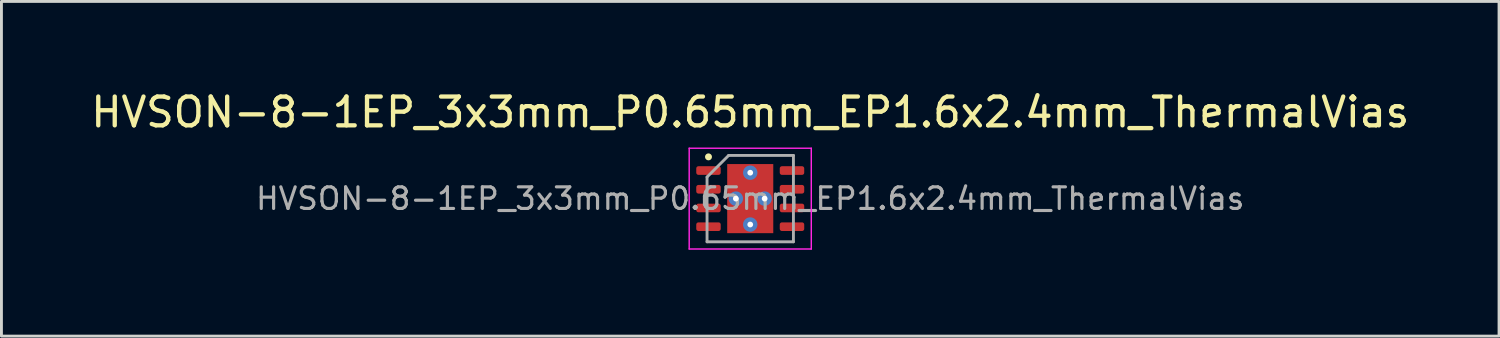
<source format=kicad_pcb>
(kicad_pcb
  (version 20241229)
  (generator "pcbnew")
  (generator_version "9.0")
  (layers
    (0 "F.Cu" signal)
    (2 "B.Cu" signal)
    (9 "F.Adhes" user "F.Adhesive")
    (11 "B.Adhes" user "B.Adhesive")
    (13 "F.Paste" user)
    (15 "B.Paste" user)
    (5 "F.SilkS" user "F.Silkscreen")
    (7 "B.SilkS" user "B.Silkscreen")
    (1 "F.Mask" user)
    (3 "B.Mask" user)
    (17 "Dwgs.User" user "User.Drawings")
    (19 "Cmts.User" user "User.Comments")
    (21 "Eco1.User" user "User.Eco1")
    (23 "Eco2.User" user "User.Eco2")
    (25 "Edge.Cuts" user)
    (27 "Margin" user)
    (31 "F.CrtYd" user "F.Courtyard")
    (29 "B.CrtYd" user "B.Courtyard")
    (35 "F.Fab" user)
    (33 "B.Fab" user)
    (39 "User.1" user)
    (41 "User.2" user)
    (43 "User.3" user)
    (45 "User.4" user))
  (footprint "HVSON-8-1EP_3x3mm_P0.65mm_EP1.6x2.4mm_ThermalVias"
    (layer "F.Cu")
    (at 23.006 3.848)
    (property "Reference" "HVSON-8-1EP_3x3mm_P0.65mm_EP1.6x2.4mm_ThermalVias" (at 0 -3 0) (unlocked yes) (layer "F.SilkS") (effects (font (size 1 1) (thickness 0.15))))
    (attr smd)
    (fp_circle (center -1.45 -1.45) (end -1.379 -1.45) (stroke (width 0.1) (type solid)) (fill yes) (layer "F.SilkS"))
    (fp_line (start -2.12 -1.75) (end -2.12 1.75) (stroke (width 0.05) (type solid)) (layer "F.CrtYd"))
    (fp_line (start -2.12 1.75) (end 2.12 1.75) (stroke (width 0.05) (type solid)) (layer "F.CrtYd"))
    (fp_line (start 2.12 -1.75) (end -2.12 -1.75) (stroke (width 0.05) (type solid)) (layer "F.CrtYd"))
    (fp_line (start 2.12 1.75) (end 2.12 -1.75) (stroke (width 0.05) (type solid)) (layer "F.CrtYd"))
    (fp_line (start -1.5 -0.75) (end -0.75 -1.5) (stroke (width 0.1) (type solid)) (layer "F.Fab"))
    (fp_line (start -1.5 1.5) (end -1.5 -0.75) (stroke (width 0.1) (type solid)) (layer "F.Fab"))
    (fp_line (start -0.75 -1.5) (end 1.5 -1.5) (stroke (width 0.1) (type solid)) (layer "F.Fab"))
    (fp_line (start 1.5 -1.5) (end 1.5 1.5) (stroke (width 0.1) (type solid)) (layer "F.Fab"))
    (fp_line (start 1.5 1.5) (end -1.5 1.5) (stroke (width 0.1) (type solid)) (layer "F.Fab"))
    (fp_text user "${REFERENCE}" (at 0 0 0) (layer "F.Fab") (effects (font (size 0.75 0.75) (thickness 0.11))))
    (pad "" smd roundrect (at 0 -0.6) (size 1.4 1) (layers "F.Paste") (roundrect_rratio 0.25))
    (pad "" smd roundrect (at 0 0.6) (size 1.4 1) (layers "F.Paste") (roundrect_rratio 0.25))
    (pad "1" smd roundrect (at -1.45 -0.975) (size 0.85 0.3) (layers "F.Cu" "F.Mask" "F.Paste") (roundrect_rratio 0.25))
    (pad "2" smd roundrect (at -1.45 -0.325) (size 0.85 0.3) (layers "F.Cu" "F.Mask" "F.Paste") (roundrect_rratio 0.25))
    (pad "3" smd roundrect (at -1.45 0.325) (size 0.85 0.3) (layers "F.Cu" "F.Mask" "F.Paste") (roundrect_rratio 0.25))
    (pad "4" smd roundrect (at -1.45 0.975) (size 0.85 0.3) (layers "F.Cu" "F.Mask" "F.Paste") (roundrect_rratio 0.25))
    (pad "5" smd roundrect (at 1.45 0.975) (size 0.85 0.3) (layers "F.Cu" "F.Mask" "F.Paste") (roundrect_rratio 0.25))
    (pad "6" smd roundrect (at 1.45 0.325) (size 0.85 0.3) (layers "F.Cu" "F.Mask" "F.Paste") (roundrect_rratio 0.25))
    (pad "7" smd roundrect (at 1.45 -0.325) (size 0.85 0.3) (layers "F.Cu" "F.Mask" "F.Paste") (roundrect_rratio 0.25))
    (pad "8" smd roundrect (at 1.45 -0.975) (size 0.85 0.3) (layers "F.Cu" "F.Mask" "F.Paste") (roundrect_rratio 0.25))
    (pad "9" thru_hole circle (at -0.5 0) (size 0.5 0.5) (drill 0.2) (layers "*.Cu"))
    (pad "9" thru_hole circle (at 0 -0.9) (size 0.5 0.5) (drill 0.2) (layers "*.Cu"))
    (pad "9" smd rect (at 0 0) (size 1.6 2.4) (layers "F.Cu" "F.Mask"))
    (pad "9" thru_hole circle (at 0 0.9) (size 0.5 0.5) (drill 0.2) (layers "*.Cu"))
    (pad "9" thru_hole circle (at 0.5 0) (size 0.5 0.5) (drill 0.2) (layers "*.Cu")))
  (gr_rect
    (start -3 -3)
    (end 49.012 8.623)
    (stroke (width 0.1) (type default))
    (fill no)
    (layer "Edge.Cuts")))
</source>
